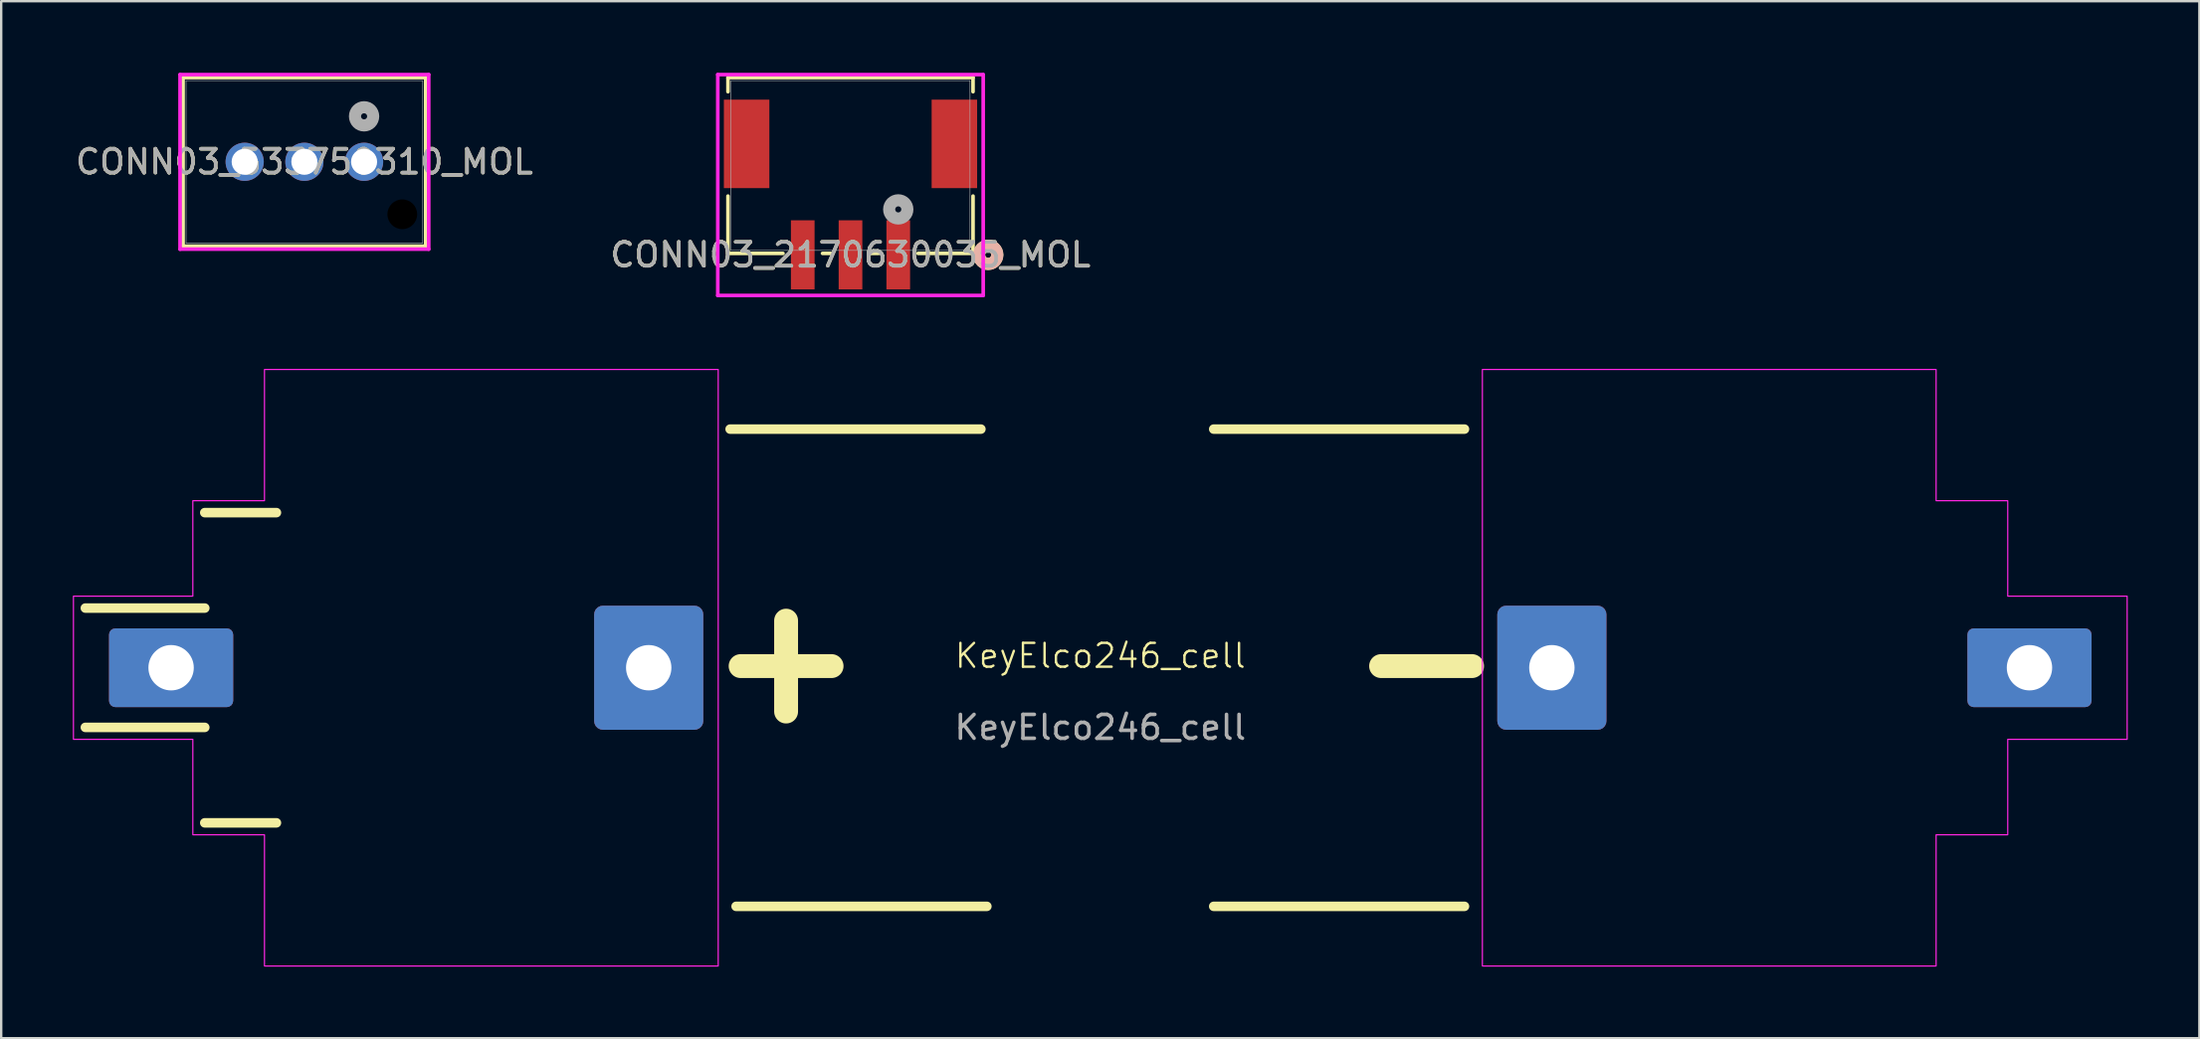
<source format=kicad_pcb>
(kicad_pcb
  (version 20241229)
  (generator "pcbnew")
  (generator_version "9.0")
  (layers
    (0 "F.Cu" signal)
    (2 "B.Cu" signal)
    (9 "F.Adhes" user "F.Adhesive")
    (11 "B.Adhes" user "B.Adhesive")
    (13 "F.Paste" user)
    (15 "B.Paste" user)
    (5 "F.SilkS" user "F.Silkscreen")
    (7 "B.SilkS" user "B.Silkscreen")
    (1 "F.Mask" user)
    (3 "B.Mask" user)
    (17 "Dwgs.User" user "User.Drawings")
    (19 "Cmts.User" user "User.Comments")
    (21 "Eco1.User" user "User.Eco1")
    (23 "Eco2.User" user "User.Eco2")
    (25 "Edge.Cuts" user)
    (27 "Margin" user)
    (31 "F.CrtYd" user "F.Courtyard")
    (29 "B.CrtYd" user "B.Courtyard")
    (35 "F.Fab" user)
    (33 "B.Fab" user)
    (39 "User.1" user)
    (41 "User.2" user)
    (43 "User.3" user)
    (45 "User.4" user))
  (footprint "CONN03_533750310_MOL"
    (layer "F.Cu")
    (at 12.196 3.73)
    (property "Reference" "CONN03_533750310_MOL" (at -2.5 0 0) (unlocked yes) (layer "F.SilkS") (effects (font (size 1 1) (thickness 0.15))))
    (attr through_hole)
    (fp_line (start -7.58 -3.527) (end -7.58 3.534) (stroke (width 0.152) (type solid)) (layer "F.SilkS"))
    (fp_line (start -7.58 3.534) (end 2.58 3.534) (stroke (width 0.152) (type solid)) (layer "F.SilkS"))
    (fp_line (start 2.58 -3.527) (end -7.58 -3.527) (stroke (width 0.152) (type solid)) (layer "F.SilkS"))
    (fp_line (start 2.58 3.534) (end 2.58 -3.527) (stroke (width 0.152) (type solid)) (layer "F.SilkS"))
    (fp_line (start -7.707 -3.654) (end -7.707 3.661) (stroke (width 0.152) (type solid)) (layer "F.CrtYd"))
    (fp_line (start -7.707 3.661) (end 2.707 3.661) (stroke (width 0.152) (type solid)) (layer "F.CrtYd"))
    (fp_line (start 2.707 -3.654) (end -7.707 -3.654) (stroke (width 0.152) (type solid)) (layer "F.CrtYd"))
    (fp_line (start 2.707 3.661) (end 2.707 -3.654) (stroke (width 0.152) (type solid)) (layer "F.CrtYd"))
    (fp_line (start -7.453 -3.4) (end -7.453 3.407) (stroke (width 0.025) (type solid)) (layer "F.Fab"))
    (fp_line (start -7.453 3.407) (end 2.453 3.407) (stroke (width 0.025) (type solid)) (layer "F.Fab"))
    (fp_line (start 2.453 -3.4) (end -7.453 -3.4) (stroke (width 0.025) (type solid)) (layer "F.Fab"))
    (fp_line (start 2.453 3.407) (end 2.453 -3.4) (stroke (width 0.025) (type solid)) (layer "F.Fab"))
    (fp_circle (center 0 -1.905) (end 0.381 -1.905) (stroke (width 0.508) (type solid)) (fill no) (layer "F.Fab"))
    (fp_text user "${REFERENCE}" (at -2.5 0 0) (unlocked yes) (layer "F.Fab") (effects (font (size 1 1) (thickness 0.15))))
    (pad "" np_thru_hole circle (at 1.6 2.2) (size 1.245 1.245) (drill 1.245) (layers "*.Mask"))
    (pad "1" thru_hole circle (at 0 0) (size 1.6 1.6) (drill 1.092) (layers "*.Cu" "*.Mask"))
    (pad "2" thru_hole circle (at -2.5 0) (size 1.6 1.6) (drill 1.092) (layers "*.Cu" "*.Mask"))
    (pad "3" thru_hole circle (at -5 0) (size 1.6 1.6) (drill 1.092) (layers "*.Cu" "*.Mask")))
  (footprint "CONN03_2170630035_MOL"
    (layer "F.Cu")
    (at 32.565 3.886)
    (property "Reference" "CONN03_2170630035_MOL" (at 0 3.744 0) (unlocked yes) (layer "F.SilkS") (effects (font (size 1 1) (thickness 0.15))))
    (attr smd)
    (fp_line (start -5.131 -3.683) (end -5.131 -3.093) (stroke (width 0.152) (type solid)) (layer "F.SilkS"))
    (fp_line (start -5.131 1.281) (end -5.131 3.683) (stroke (width 0.152) (type solid)) (layer "F.SilkS"))
    (fp_line (start -5.131 3.683) (end -2.828 3.683) (stroke (width 0.152) (type solid)) (layer "F.SilkS"))
    (fp_line (start -1.172 3.683) (end -0.828 3.683) (stroke (width 0.152) (type solid)) (layer "F.SilkS"))
    (fp_line (start 0.828 3.683) (end 1.172 3.683) (stroke (width 0.152) (type solid)) (layer "F.SilkS"))
    (fp_line (start 2.828 3.683) (end 5.131 3.683) (stroke (width 0.152) (type solid)) (layer "F.SilkS"))
    (fp_line (start 5.131 -3.683) (end -5.131 -3.683) (stroke (width 0.152) (type solid)) (layer "F.SilkS"))
    (fp_line (start 5.131 -3.093) (end 5.131 -3.683) (stroke (width 0.152) (type solid)) (layer "F.SilkS"))
    (fp_line (start 5.131 3.683) (end 5.131 1.281) (stroke (width 0.152) (type solid)) (layer "F.SilkS"))
    (fp_circle (center 5.766 3.744) (end 6.147 3.744) (stroke (width 0.508) (type solid)) (fill no) (layer "F.SilkS"))
    (fp_circle (center 5.766 3.744) (end 6.147 3.744) (stroke (width 0.508) (type solid)) (fill no) (layer "B.SilkS"))
    (fp_line (start -5.557 -3.81) (end -5.557 5.446) (stroke (width 0.152) (type solid)) (layer "F.CrtYd"))
    (fp_line (start -5.557 5.446) (end 5.557 5.446) (stroke (width 0.152) (type solid)) (layer "F.CrtYd"))
    (fp_line (start 5.557 -3.81) (end -5.557 -3.81) (stroke (width 0.152) (type solid)) (layer "F.CrtYd"))
    (fp_line (start 5.557 5.446) (end 5.557 -3.81) (stroke (width 0.152) (type solid)) (layer "F.CrtYd"))
    (fp_line (start -5.004 -3.556) (end -5.004 3.556) (stroke (width 0.025) (type solid)) (layer "F.Fab"))
    (fp_line (start -5.004 3.556) (end 5.004 3.556) (stroke (width 0.025) (type solid)) (layer "F.Fab"))
    (fp_line (start 5.004 -3.556) (end -5.004 -3.556) (stroke (width 0.025) (type solid)) (layer "F.Fab"))
    (fp_line (start 5.004 3.556) (end 5.004 -3.556) (stroke (width 0.025) (type solid)) (layer "F.Fab"))
    (fp_circle (center 2 1.839) (end 2.381 1.839) (stroke (width 0.508) (type solid)) (fill no) (layer "F.Fab"))
    (fp_text user "${REFERENCE}" (at 0 3.744 0) (unlocked yes) (layer "F.Fab") (effects (font (size 1 1) (thickness 0.15))))
    (pad "1" smd rect (at 2 3.744) (size 0.991 2.896) (layers "F.Cu" "F.Mask" "F.Paste"))
    (pad "2" smd rect (at 0 3.744) (size 0.991 2.896) (layers "F.Cu" "F.Mask" "F.Paste"))
    (pad "3" smd rect (at -2 3.744) (size 0.991 2.896) (layers "F.Cu" "F.Mask" "F.Paste"))
    (pad "4" smd rect (at -4.35 -0.906) (size 1.905 3.708) (layers "F.Cu" "F.Mask" "F.Paste"))
    (pad "5" smd rect (at 4.35 -0.906) (size 1.905 3.708) (layers "F.Cu" "F.Mask" "F.Paste")))
  (footprint "KeyElco246_cell"
    (layer "F.Cu")
    (at 43.025 24.933)
    (property "Reference" "KeyElco246_cell" (at 0 -0.5 0) (unlocked yes) (layer "F.SilkS") (effects (font (size 1 1) (thickness 0.1))))
    (attr smd)
    (fp_line (start -42.5 -2.5) (end -37.5 -2.5) (stroke (width 0.4) (type default)) (layer "F.SilkS"))
    (fp_line (start -42.5 2.5) (end -37.5 2.5) (stroke (width 0.4) (type default)) (layer "F.SilkS"))
    (fp_line (start -37.5 -6.5) (end -34.5 -6.5) (stroke (width 0.4) (type default)) (layer "F.SilkS"))
    (fp_line (start -37.5 6.5) (end -34.5 6.5) (stroke (width 0.4) (type default)) (layer "F.SilkS"))
    (fp_line (start -15.5 -10) (end -5 -10) (stroke (width 0.4) (type default)) (layer "F.SilkS"))
    (fp_line (start -15.25 10) (end -4.75 10) (stroke (width 0.4) (type default)) (layer "F.SilkS"))
    (fp_line (start 4.75 -10) (end 15.25 -10) (stroke (width 0.4) (type default)) (layer "F.SilkS"))
    (fp_line (start 4.75 10) (end 15.25 10) (stroke (width 0.4) (type default)) (layer "F.SilkS"))
    (fp_poly (pts (arc (start -41.1 -1.8) (mid -41.453553 -1.653553) (end -41.6 -1.3)) (arc (start -41.6 1.3) (mid -41.453553 1.653553) (end -41.1 1.8)) (arc (start -36.7 1.8) (mid -36.346447 1.653553) (end -36.2 1.3)) (arc (start -36.2 -1.3) (mid -36.346447 -1.653553) (end -36.7 -1.8))) (stroke (width 0) (type solid)) (fill yes) (layer "F.Paste"))
    (fp_poly (pts (arc (start -21.3 2.1) (mid -21.153553 2.453553) (end -20.8 2.6)) (arc (start -17 2.6) (mid -16.646447 2.453553) (end -16.5 2.1)) (arc (start -16.5 -2.1) (mid -16.646447 -2.453553) (end -17 -2.6)) (arc (start -20.8 -2.6) (mid -21.153553 -2.453553) (end -21.3 -2.1))) (stroke (width 0) (type solid)) (fill yes) (layer "F.Paste"))
    (fp_poly (pts (arc (start 16.5 2.1) (mid 16.646447 2.453553) (end 17 2.6)) (arc (start 20.8 2.6) (mid 21.153553 2.453553) (end 21.3 2.1)) (arc (start 21.3 -2.1) (mid 21.153553 -2.453553) (end 20.8 -2.6)) (arc (start 17 -2.6) (mid 16.646447 -2.453553) (end 16.5 -2.1))) (stroke (width 0) (type solid)) (fill yes) (layer "F.Paste"))
    (fp_poly (pts (arc (start 36.7 -1.8) (mid 36.346447 -1.653553) (end 36.2 -1.3)) (arc (start 36.2 1.3) (mid 36.346447 1.653553) (end 36.7 1.8)) (arc (start 41.1 1.8) (mid 41.453553 1.653553) (end 41.6 1.3)) (arc (start 41.6 -1.3) (mid 41.453553 -1.653553) (end 41.1 -1.8))) (stroke (width 0) (type solid)) (fill yes) (layer "F.Paste"))
    (fp_poly (pts (xy -38 3) (xy -43 3) (xy -43 -3) (xy -38 -3) (xy -38 -7) (xy -35 -7) (xy -35 -12.5) (xy -16 -12.5) (xy -16 12.5) (xy -35 12.5) (xy -35 7) (xy -38 7)) (stroke (width 0.05) (type solid)) (fill no) (layer "F.CrtYd"))
    (fp_poly (pts (xy 38 -3) (xy 43 -3) (xy 43 3) (xy 38 3) (xy 38 7) (xy 35 7) (xy 35 12.5) (xy 16 12.5) (xy 16 -12.5) (xy 35 -12.5) (xy 35 -7) (xy 38 -7)) (stroke (width 0.05) (type solid)) (fill no) (layer "F.CrtYd"))
    (fp_text user "-" (at 9.91 2.5 0) (unlocked yes) (layer "F.SilkS") (effects (font (size 5 5) (thickness 1) (bold yes)) (justify left bottom)))
    (fp_text user "+" (at -16.91 2.5 0) (unlocked yes) (layer "F.SilkS") (effects (font (size 5 5) (thickness 1) (bold yes)) (justify left bottom)))
    (fp_text user "${REFERENCE}" (at 0 2.5 0) (unlocked yes) (layer "F.Fab") (effects (font (size 1 1) (thickness 0.15))))
    (pad "1" thru_hole roundrect (at -38.91 0) (size 5.2 3.3) (drill 1.9) (layers "*.Cu" "*.Mask") (roundrect_rratio 0.08))
    (pad "1" thru_hole roundrect (at -18.91 0) (size 4.57 5.2) (drill 1.9) (layers "*.Cu" "*.Mask") (roundrect_rratio 0.08))
    (pad "2" thru_hole roundrect (at 18.91 0) (size 4.57 5.2) (drill 1.9) (layers "*.Cu" "*.Mask") (roundrect_rratio 0.08))
    (pad "2" thru_hole roundrect (at 38.91 0) (size 5.2 3.3) (drill 1.9) (layers "*.Cu" "*.Mask") (roundrect_rratio 0.08)))
  (gr_rect
    (start -3 -3)
    (end 89.05 40.458)
    (stroke (width 0.1) (type default))
    (fill no)
    (layer "Edge.Cuts")))
</source>
